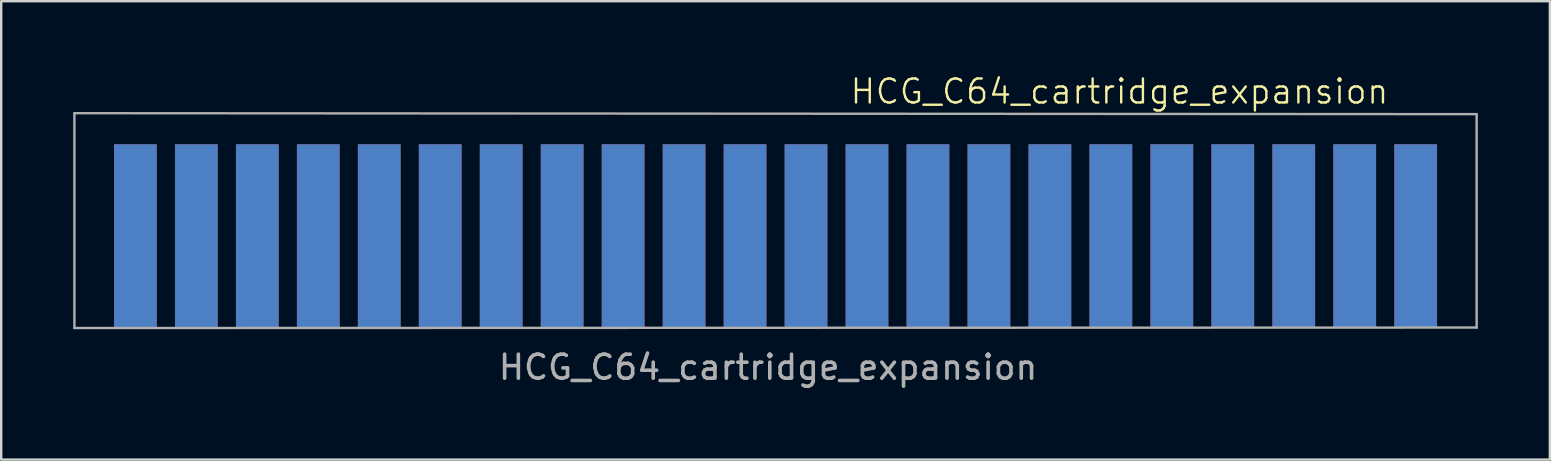
<source format=kicad_pcb>
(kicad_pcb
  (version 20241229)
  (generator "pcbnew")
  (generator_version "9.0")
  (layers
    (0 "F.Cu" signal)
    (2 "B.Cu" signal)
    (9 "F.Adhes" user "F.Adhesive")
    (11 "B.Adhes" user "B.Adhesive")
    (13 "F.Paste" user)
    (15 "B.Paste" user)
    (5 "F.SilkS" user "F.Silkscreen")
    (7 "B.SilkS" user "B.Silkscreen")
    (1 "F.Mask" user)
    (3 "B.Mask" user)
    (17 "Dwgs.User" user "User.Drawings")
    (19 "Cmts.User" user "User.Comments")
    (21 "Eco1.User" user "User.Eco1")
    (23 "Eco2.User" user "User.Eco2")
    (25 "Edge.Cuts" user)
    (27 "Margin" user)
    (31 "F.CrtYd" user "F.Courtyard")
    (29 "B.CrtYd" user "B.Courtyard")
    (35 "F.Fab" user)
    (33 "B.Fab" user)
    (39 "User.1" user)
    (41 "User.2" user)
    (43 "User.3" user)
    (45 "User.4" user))
  (footprint "HCG_C64_cartridge_expansion"
    (layer "F.Cu")
    (at 29.26 10.841)
    (property "Reference" "HCG_C64_cartridge_expansion" (at 14.33 -10.08 0) (unlocked yes) (layer "F.SilkS") (effects (font (size 1 1) (thickness 0.1))))
    (attr smd)
    (fp_line (start -29.21 -9.175) (end -29.21 -0.225) (stroke (width 0.1) (type default)) (layer "F.Fab"))
    (fp_line (start -29.21 -9.175) (end 29.21 -9.135) (stroke (width 0.1) (type solid)) (layer "F.Fab"))
    (fp_line (start 29.21 -9.13) (end 29.21 -0.24) (stroke (width 0.1) (type solid)) (layer "F.Fab"))
    (fp_line (start 29.21 -0.245) (end -29.21 -0.225) (stroke (width 0.1) (type solid)) (layer "F.Fab"))
    (fp_text user "${REFERENCE}" (at -0.31 1.41 0) (unlocked yes) (layer "F.Fab") (effects (font (size 1 1) (thickness 0.15))))
    (pad "1" connect rect (at 26.67 -4.07) (size 1.78 7.62) (layers "F.Cu" "F.Mask"))
    (pad "2" connect rect (at 24.13 -4.07) (size 1.78 7.62) (layers "F.Cu" "F.Mask"))
    (pad "3" connect rect (at 21.59 -4.07) (size 1.78 7.62) (layers "F.Cu" "F.Mask"))
    (pad "4" connect rect (at 19.05 -4.07) (size 1.78 7.62) (layers "F.Cu" "F.Mask"))
    (pad "5" connect rect (at 16.51 -4.07) (size 1.78 7.62) (layers "F.Cu" "F.Mask"))
    (pad "6" connect rect (at 13.97 -4.07) (size 1.78 7.62) (layers "F.Cu" "F.Mask"))
    (pad "7" connect rect (at 11.43 -4.07) (size 1.78 7.62) (layers "F.Cu" "F.Mask"))
    (pad "8" connect rect (at 8.89 -4.07) (size 1.78 7.62) (layers "F.Cu" "F.Mask"))
    (pad "9" connect rect (at 6.35 -4.07) (size 1.78 7.62) (layers "F.Cu" "F.Mask"))
    (pad "10" connect rect (at 3.81 -4.07) (size 1.78 7.62) (layers "F.Cu" "F.Mask"))
    (pad "11" connect rect (at 1.27 -4.07) (size 1.78 7.62) (layers "F.Cu" "F.Mask"))
    (pad "12" connect rect (at -1.27 -4.07) (size 1.78 7.62) (layers "F.Cu" "F.Mask"))
    (pad "13" connect rect (at -3.81 -4.07) (size 1.78 7.62) (layers "F.Cu" "F.Mask"))
    (pad "14" connect rect (at -6.35 -4.07) (size 1.78 7.62) (layers "F.Cu" "F.Mask"))
    (pad "15" connect rect (at -8.89 -4.07) (size 1.78 7.62) (layers "F.Cu" "F.Mask"))
    (pad "16" connect rect (at -11.43 -4.07) (size 1.78 7.62) (layers "F.Cu" "F.Mask"))
    (pad "17" connect rect (at -13.97 -4.07) (size 1.78 7.62) (layers "F.Cu" "F.Mask"))
    (pad "18" connect rect (at -16.51 -4.07) (size 1.78 7.62) (layers "F.Cu" "F.Mask"))
    (pad "19" connect rect (at -19.05 -4.07) (size 1.78 7.62) (layers "F.Cu" "F.Mask"))
    (pad "20" connect rect (at -21.59 -4.07) (size 1.78 7.62) (layers "F.Cu" "F.Mask"))
    (pad "21" connect rect (at -24.13 -4.07) (size 1.78 7.62) (layers "F.Cu" "F.Mask"))
    (pad "22" connect rect (at -26.67 -4.07) (size 1.78 7.62) (layers "F.Cu" "F.Mask"))
    (pad "A" connect rect (at 26.67 -4.07) (size 1.78 7.62) (layers "B.Cu" "B.Mask"))
    (pad "B" connect rect (at 24.13 -4.07) (size 1.78 7.62) (layers "B.Cu" "B.Mask"))
    (pad "C" connect rect (at 21.59 -4.07) (size 1.78 7.62) (layers "B.Cu" "B.Mask"))
    (pad "D" connect rect (at 19.05 -4.07) (size 1.78 7.62) (layers "B.Cu" "B.Mask"))
    (pad "E" connect rect (at 16.51 -4.07) (size 1.78 7.62) (layers "B.Cu" "B.Mask"))
    (pad "F" connect rect (at 13.97 -4.07) (size 1.78 7.62) (layers "B.Cu" "B.Mask"))
    (pad "H" connect rect (at 11.43 -4.07) (size 1.78 7.62) (layers "B.Cu" "B.Mask"))
    (pad "J" connect rect (at 8.89 -4.07) (size 1.78 7.62) (layers "B.Cu" "B.Mask"))
    (pad "K" connect rect (at 6.35 -4.07) (size 1.78 7.62) (layers "B.Cu" "B.Mask"))
    (pad "L" connect rect (at 3.81 -4.07) (size 1.78 7.62) (layers "B.Cu" "B.Mask"))
    (pad "M" connect rect (at 1.27 -4.07) (size 1.78 7.62) (layers "B.Cu" "B.Mask"))
    (pad "N" connect rect (at -1.27 -4.07) (size 1.78 7.62) (layers "B.Cu" "B.Mask"))
    (pad "P" connect rect (at -3.81 -4.07) (size 1.78 7.62) (layers "B.Cu" "B.Mask"))
    (pad "R" connect rect (at -6.35 -4.07) (size 1.78 7.62) (layers "B.Cu" "B.Mask"))
    (pad "S" connect rect (at -8.89 -4.07) (size 1.78 7.62) (layers "B.Cu" "B.Mask"))
    (pad "T" connect rect (at -11.43 -4.07) (size 1.78 7.62) (layers "B.Cu" "B.Mask"))
    (pad "U" connect rect (at -13.97 -4.07) (size 1.78 7.62) (layers "B.Cu" "B.Mask"))
    (pad "V" connect rect (at -16.51 -4.07) (size 1.78 7.62) (layers "B.Cu" "B.Mask"))
    (pad "W" connect rect (at -19.05 -4.07) (size 1.78 7.62) (layers "B.Cu" "B.Mask"))
    (pad "X" connect rect (at -21.59 -4.07) (size 1.78 7.62) (layers "B.Cu" "B.Mask"))
    (pad "Y" connect rect (at -24.13 -4.07) (size 1.78 7.62) (layers "B.Cu" "B.Mask"))
    (pad "Z" connect rect (at -26.67 -4.07) (size 1.78 7.62) (layers "B.Cu" "B.Mask")))
  (gr_rect
    (start -3 -3)
    (end 61.52 16.099)
    (stroke (width 0.1) (type default))
    (fill no)
    (layer "Edge.Cuts")))
</source>
